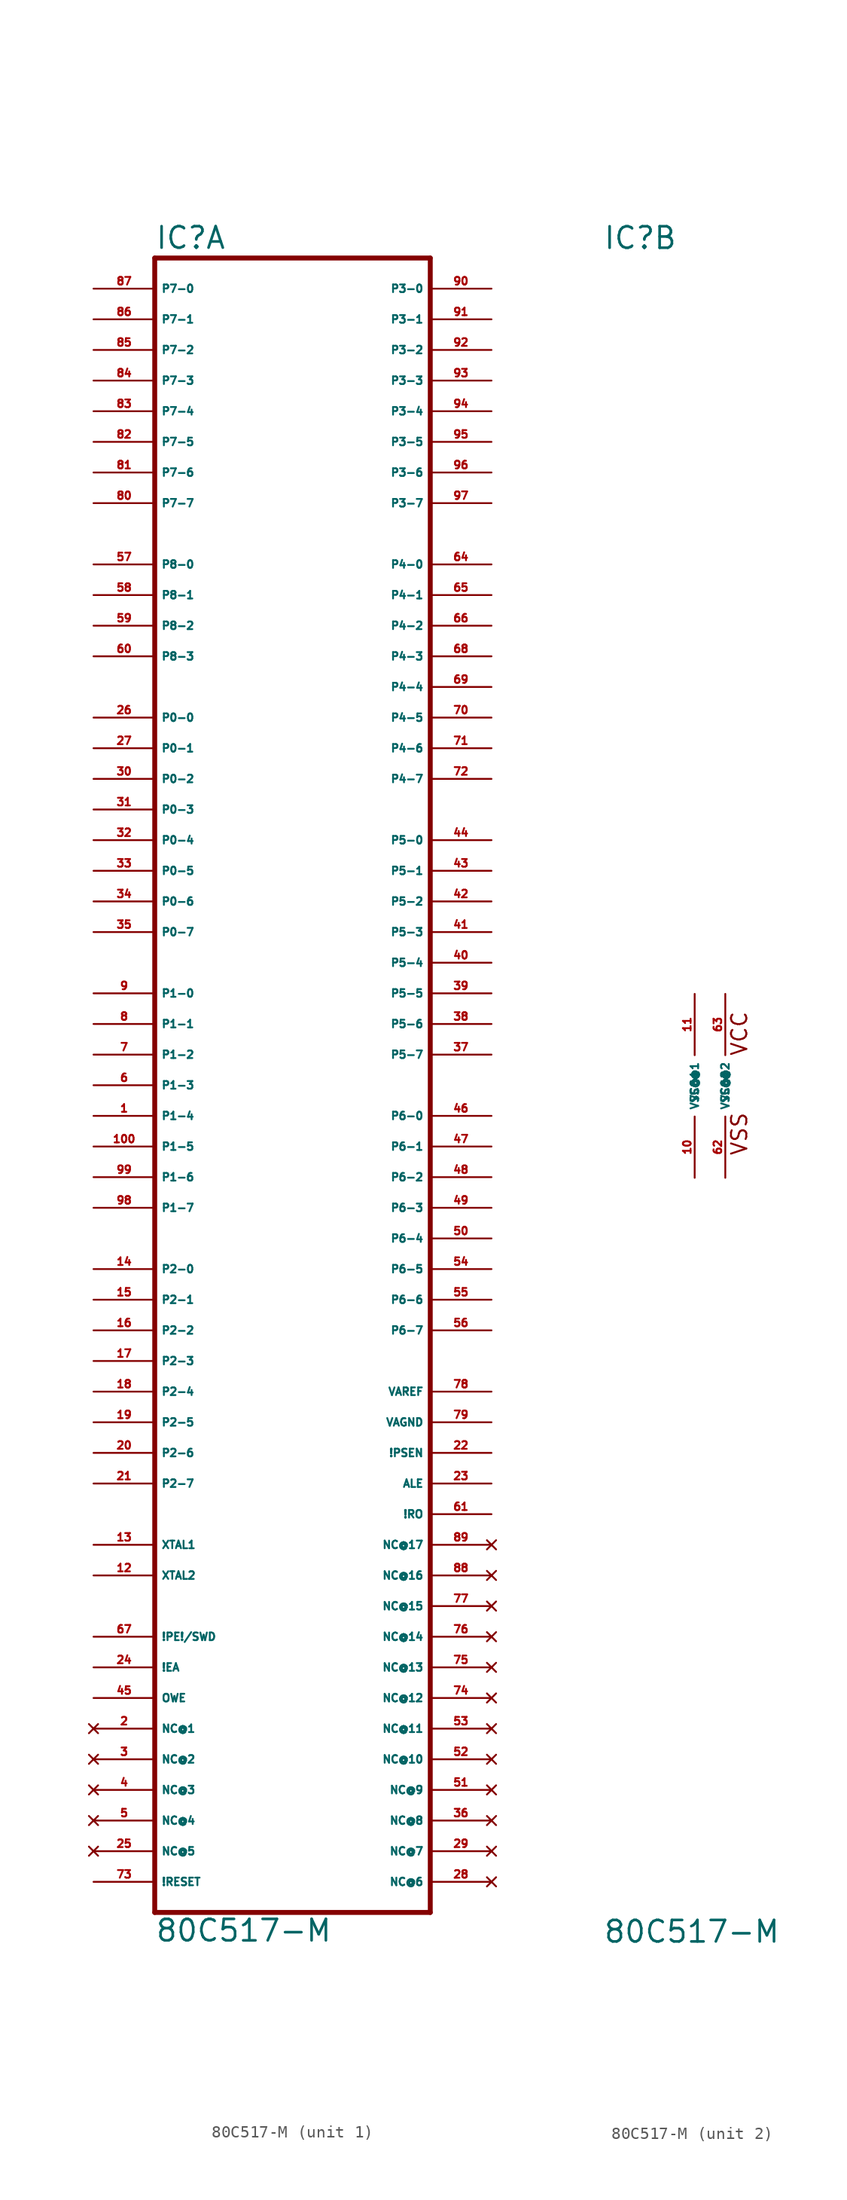
<source format=kicad_sym>
(kicad_symbol_lib
  (version 20220914)
  (generator Eagle2Kicad)
  (symbol "80C517-M"
    (property "Reference" "IC"
      (at -10.16 69.215 0)
      (effects (font (size 1.778 1.778) (thickness 0.22)) (justify left bottom)))
    (property "Value" "80C517-M"
      (at -10.16 -71.12 0)
      (effects (font (size 1.778 1.778) (thickness 0.22)) (justify left bottom)))
    (symbol "80C517-M_1_0"
      (polyline (pts (xy -10.16 -68.58) (xy 12.7 -68.58)) (stroke (width 0.406) (type default)) (fill (type none)))
      (polyline (pts (xy 12.7 -68.58) (xy 12.7 68.58)) (stroke (width 0.406) (type default)) (fill (type none)))
      (polyline (pts (xy 12.7 68.58) (xy -10.16 68.58)) (stroke (width 0.406) (type default)) (fill (type none)))
      (polyline (pts (xy -10.16 68.58) (xy -10.16 -68.58)) (stroke (width 0.406) (type default)) (fill (type none)))
      (pin input line (at -15.24 66.04 0) (length 5.08) (name "P7-0" (effects (font (size 0.635 0.635) (thickness 0.08)) (justify left bottom))) (number "87" (effects (font (size 0.635 0.635) (thickness 0.08)) (justify left bottom))))
      (pin input line (at -15.24 63.5 0) (length 5.08) (name "P7-1" (effects (font (size 0.635 0.635) (thickness 0.08)) (justify left bottom))) (number "86" (effects (font (size 0.635 0.635) (thickness 0.08)) (justify left bottom))))
      (pin input line (at -15.24 60.96 0) (length 5.08) (name "P7-2" (effects (font (size 0.635 0.635) (thickness 0.08)) (justify left bottom))) (number "85" (effects (font (size 0.635 0.635) (thickness 0.08)) (justify left bottom))))
      (pin input line (at -15.24 58.42 0) (length 5.08) (name "P7-3" (effects (font (size 0.635 0.635) (thickness 0.08)) (justify left bottom))) (number "84" (effects (font (size 0.635 0.635) (thickness 0.08)) (justify left bottom))))
      (pin input line (at -15.24 55.88 0) (length 5.08) (name "P7-4" (effects (font (size 0.635 0.635) (thickness 0.08)) (justify left bottom))) (number "83" (effects (font (size 0.635 0.635) (thickness 0.08)) (justify left bottom))))
      (pin input line (at -15.24 53.34 0) (length 5.08) (name "P7-5" (effects (font (size 0.635 0.635) (thickness 0.08)) (justify left bottom))) (number "82" (effects (font (size 0.635 0.635) (thickness 0.08)) (justify left bottom))))
      (pin input line (at -15.24 50.8 0) (length 5.08) (name "P7-6" (effects (font (size 0.635 0.635) (thickness 0.08)) (justify left bottom))) (number "81" (effects (font (size 0.635 0.635) (thickness 0.08)) (justify left bottom))))
      (pin input line (at -15.24 48.26 0) (length 5.08) (name "P7-7" (effects (font (size 0.635 0.635) (thickness 0.08)) (justify left bottom))) (number "80" (effects (font (size 0.635 0.635) (thickness 0.08)) (justify left bottom))))
      (pin bidirectional line (at -15.24 7.62 0) (length 5.08) (name "P1-0" (effects (font (size 0.635 0.635) (thickness 0.08)) (justify left bottom))) (number "9" (effects (font (size 0.635 0.635) (thickness 0.08)) (justify left bottom))))
      (pin bidirectional line (at -15.24 2.54 0) (length 5.08) (name "P1-2" (effects (font (size 0.635 0.635) (thickness 0.08)) (justify left bottom))) (number "7" (effects (font (size 0.635 0.635) (thickness 0.08)) (justify left bottom))))
      (pin bidirectional line (at -15.24 0 0) (length 5.08) (name "P1-3" (effects (font (size 0.635 0.635) (thickness 0.08)) (justify left bottom))) (number "6" (effects (font (size 0.635 0.635) (thickness 0.08)) (justify left bottom))))
      (pin bidirectional line (at -15.24 -2.54 0) (length 5.08) (name "P1-4" (effects (font (size 0.635 0.635) (thickness 0.08)) (justify left bottom))) (number "1" (effects (font (size 0.635 0.635) (thickness 0.08)) (justify left bottom))))
      (pin bidirectional line (at -15.24 -5.08 0) (length 5.08) (name "P1-5" (effects (font (size 0.635 0.635) (thickness 0.08)) (justify left bottom))) (number "100" (effects (font (size 0.635 0.635) (thickness 0.08)) (justify left bottom))))
      (pin bidirectional line (at -15.24 -7.62 0) (length 5.08) (name "P1-6" (effects (font (size 0.635 0.635) (thickness 0.08)) (justify left bottom))) (number "99" (effects (font (size 0.635 0.635) (thickness 0.08)) (justify left bottom))))
      (pin bidirectional line (at -15.24 -10.16 0) (length 5.08) (name "P1-7" (effects (font (size 0.635 0.635) (thickness 0.08)) (justify left bottom))) (number "98" (effects (font (size 0.635 0.635) (thickness 0.08)) (justify left bottom))))
      (pin bidirectional line (at -15.24 -15.24 0) (length 5.08) (name "P2-0" (effects (font (size 0.635 0.635) (thickness 0.08)) (justify left bottom))) (number "14" (effects (font (size 0.635 0.635) (thickness 0.08)) (justify left bottom))))
      (pin bidirectional line (at -15.24 -17.78 0) (length 5.08) (name "P2-1" (effects (font (size 0.635 0.635) (thickness 0.08)) (justify left bottom))) (number "15" (effects (font (size 0.635 0.635) (thickness 0.08)) (justify left bottom))))
      (pin bidirectional line (at -15.24 -20.32 0) (length 5.08) (name "P2-2" (effects (font (size 0.635 0.635) (thickness 0.08)) (justify left bottom))) (number "16" (effects (font (size 0.635 0.635) (thickness 0.08)) (justify left bottom))))
      (pin bidirectional line (at -15.24 -22.86 0) (length 5.08) (name "P2-3" (effects (font (size 0.635 0.635) (thickness 0.08)) (justify left bottom))) (number "17" (effects (font (size 0.635 0.635) (thickness 0.08)) (justify left bottom))))
      (pin bidirectional line (at -15.24 -25.4 0) (length 5.08) (name "P2-4" (effects (font (size 0.635 0.635) (thickness 0.08)) (justify left bottom))) (number "18" (effects (font (size 0.635 0.635) (thickness 0.08)) (justify left bottom))))
      (pin bidirectional line (at -15.24 -27.94 0) (length 5.08) (name "P2-5" (effects (font (size 0.635 0.635) (thickness 0.08)) (justify left bottom))) (number "19" (effects (font (size 0.635 0.635) (thickness 0.08)) (justify left bottom))))
      (pin bidirectional line (at -15.24 -30.48 0) (length 5.08) (name "P2-6" (effects (font (size 0.635 0.635) (thickness 0.08)) (justify left bottom))) (number "20" (effects (font (size 0.635 0.635) (thickness 0.08)) (justify left bottom))))
      (pin bidirectional line (at -15.24 -33.02 0) (length 5.08) (name "P2-7" (effects (font (size 0.635 0.635) (thickness 0.08)) (justify left bottom))) (number "21" (effects (font (size 0.635 0.635) (thickness 0.08)) (justify left bottom))))
      (pin bidirectional line (at 17.78 66.04 180) (length 5.08) (name "P3-0" (effects (font (size 0.635 0.635) (thickness 0.08)) (justify left bottom))) (number "90" (effects (font (size 0.635 0.635) (thickness 0.08)) (justify left bottom))))
      (pin bidirectional line (at 17.78 63.5 180) (length 5.08) (name "P3-1" (effects (font (size 0.635 0.635) (thickness 0.08)) (justify left bottom))) (number "91" (effects (font (size 0.635 0.635) (thickness 0.08)) (justify left bottom))))
      (pin bidirectional line (at 17.78 60.96 180) (length 5.08) (name "P3-2" (effects (font (size 0.635 0.635) (thickness 0.08)) (justify left bottom))) (number "92" (effects (font (size 0.635 0.635) (thickness 0.08)) (justify left bottom))))
      (pin bidirectional line (at 17.78 58.42 180) (length 5.08) (name "P3-3" (effects (font (size 0.635 0.635) (thickness 0.08)) (justify left bottom))) (number "93" (effects (font (size 0.635 0.635) (thickness 0.08)) (justify left bottom))))
      (pin bidirectional line (at 17.78 55.88 180) (length 5.08) (name "P3-4" (effects (font (size 0.635 0.635) (thickness 0.08)) (justify left bottom))) (number "94" (effects (font (size 0.635 0.635) (thickness 0.08)) (justify left bottom))))
      (pin bidirectional line (at 17.78 53.34 180) (length 5.08) (name "P3-5" (effects (font (size 0.635 0.635) (thickness 0.08)) (justify left bottom))) (number "95" (effects (font (size 0.635 0.635) (thickness 0.08)) (justify left bottom))))
      (pin bidirectional line (at 17.78 50.8 180) (length 5.08) (name "P3-6" (effects (font (size 0.635 0.635) (thickness 0.08)) (justify left bottom))) (number "96" (effects (font (size 0.635 0.635) (thickness 0.08)) (justify left bottom))))
      (pin bidirectional line (at 17.78 48.26 180) (length 5.08) (name "P3-7" (effects (font (size 0.635 0.635) (thickness 0.08)) (justify left bottom))) (number "97" (effects (font (size 0.635 0.635) (thickness 0.08)) (justify left bottom))))
      (pin bidirectional line (at -15.24 5.08 0) (length 5.08) (name "P1-1" (effects (font (size 0.635 0.635) (thickness 0.08)) (justify left bottom))) (number "8" (effects (font (size 0.635 0.635) (thickness 0.08)) (justify left bottom))))
      (pin bidirectional line (at 17.78 43.18 180) (length 5.08) (name "P4-0" (effects (font (size 0.635 0.635) (thickness 0.08)) (justify left bottom))) (number "64" (effects (font (size 0.635 0.635) (thickness 0.08)) (justify left bottom))))
      (pin bidirectional line (at 17.78 40.64 180) (length 5.08) (name "P4-1" (effects (font (size 0.635 0.635) (thickness 0.08)) (justify left bottom))) (number "65" (effects (font (size 0.635 0.635) (thickness 0.08)) (justify left bottom))))
      (pin bidirectional line (at 17.78 38.1 180) (length 5.08) (name "P4-2" (effects (font (size 0.635 0.635) (thickness 0.08)) (justify left bottom))) (number "66" (effects (font (size 0.635 0.635) (thickness 0.08)) (justify left bottom))))
      (pin bidirectional line (at 17.78 35.56 180) (length 5.08) (name "P4-3" (effects (font (size 0.635 0.635) (thickness 0.08)) (justify left bottom))) (number "68" (effects (font (size 0.635 0.635) (thickness 0.08)) (justify left bottom))))
      (pin bidirectional line (at 17.78 33.02 180) (length 5.08) (name "P4-4" (effects (font (size 0.635 0.635) (thickness 0.08)) (justify left bottom))) (number "69" (effects (font (size 0.635 0.635) (thickness 0.08)) (justify left bottom))))
      (pin bidirectional line (at 17.78 30.48 180) (length 5.08) (name "P4-5" (effects (font (size 0.635 0.635) (thickness 0.08)) (justify left bottom))) (number "70" (effects (font (size 0.635 0.635) (thickness 0.08)) (justify left bottom))))
      (pin bidirectional line (at 17.78 27.94 180) (length 5.08) (name "P4-6" (effects (font (size 0.635 0.635) (thickness 0.08)) (justify left bottom))) (number "71" (effects (font (size 0.635 0.635) (thickness 0.08)) (justify left bottom))))
      (pin bidirectional line (at 17.78 25.4 180) (length 5.08) (name "P4-7" (effects (font (size 0.635 0.635) (thickness 0.08)) (justify left bottom))) (number "72" (effects (font (size 0.635 0.635) (thickness 0.08)) (justify left bottom))))
      (pin bidirectional line (at -15.24 30.48 0) (length 5.08) (name "P0-0" (effects (font (size 0.635 0.635) (thickness 0.08)) (justify left bottom))) (number "26" (effects (font (size 0.635 0.635) (thickness 0.08)) (justify left bottom))))
      (pin bidirectional line (at -15.24 27.94 0) (length 5.08) (name "P0-1" (effects (font (size 0.635 0.635) (thickness 0.08)) (justify left bottom))) (number "27" (effects (font (size 0.635 0.635) (thickness 0.08)) (justify left bottom))))
      (pin bidirectional line (at -15.24 25.4 0) (length 5.08) (name "P0-2" (effects (font (size 0.635 0.635) (thickness 0.08)) (justify left bottom))) (number "30" (effects (font (size 0.635 0.635) (thickness 0.08)) (justify left bottom))))
      (pin bidirectional line (at -15.24 22.86 0) (length 5.08) (name "P0-3" (effects (font (size 0.635 0.635) (thickness 0.08)) (justify left bottom))) (number "31" (effects (font (size 0.635 0.635) (thickness 0.08)) (justify left bottom))))
      (pin bidirectional line (at -15.24 20.32 0) (length 5.08) (name "P0-4" (effects (font (size 0.635 0.635) (thickness 0.08)) (justify left bottom))) (number "32" (effects (font (size 0.635 0.635) (thickness 0.08)) (justify left bottom))))
      (pin bidirectional line (at -15.24 17.78 0) (length 5.08) (name "P0-5" (effects (font (size 0.635 0.635) (thickness 0.08)) (justify left bottom))) (number "33" (effects (font (size 0.635 0.635) (thickness 0.08)) (justify left bottom))))
      (pin bidirectional line (at -15.24 15.24 0) (length 5.08) (name "P0-6" (effects (font (size 0.635 0.635) (thickness 0.08)) (justify left bottom))) (number "34" (effects (font (size 0.635 0.635) (thickness 0.08)) (justify left bottom))))
      (pin bidirectional line (at -15.24 12.7 0) (length 5.08) (name "P0-7" (effects (font (size 0.635 0.635) (thickness 0.08)) (justify left bottom))) (number "35" (effects (font (size 0.635 0.635) (thickness 0.08)) (justify left bottom))))
      (pin bidirectional line (at 17.78 20.32 180) (length 5.08) (name "P5-0" (effects (font (size 0.635 0.635) (thickness 0.08)) (justify left bottom))) (number "44" (effects (font (size 0.635 0.635) (thickness 0.08)) (justify left bottom))))
      (pin bidirectional line (at 17.78 17.78 180) (length 5.08) (name "P5-1" (effects (font (size 0.635 0.635) (thickness 0.08)) (justify left bottom))) (number "43" (effects (font (size 0.635 0.635) (thickness 0.08)) (justify left bottom))))
      (pin bidirectional line (at 17.78 15.24 180) (length 5.08) (name "P5-2" (effects (font (size 0.635 0.635) (thickness 0.08)) (justify left bottom))) (number "42" (effects (font (size 0.635 0.635) (thickness 0.08)) (justify left bottom))))
      (pin bidirectional line (at 17.78 12.7 180) (length 5.08) (name "P5-3" (effects (font (size 0.635 0.635) (thickness 0.08)) (justify left bottom))) (number "41" (effects (font (size 0.635 0.635) (thickness 0.08)) (justify left bottom))))
      (pin bidirectional line (at 17.78 10.16 180) (length 5.08) (name "P5-4" (effects (font (size 0.635 0.635) (thickness 0.08)) (justify left bottom))) (number "40" (effects (font (size 0.635 0.635) (thickness 0.08)) (justify left bottom))))
      (pin bidirectional line (at 17.78 7.62 180) (length 5.08) (name "P5-5" (effects (font (size 0.635 0.635) (thickness 0.08)) (justify left bottom))) (number "39" (effects (font (size 0.635 0.635) (thickness 0.08)) (justify left bottom))))
      (pin bidirectional line (at 17.78 5.08 180) (length 5.08) (name "P5-6" (effects (font (size 0.635 0.635) (thickness 0.08)) (justify left bottom))) (number "38" (effects (font (size 0.635 0.635) (thickness 0.08)) (justify left bottom))))
      (pin bidirectional line (at 17.78 2.54 180) (length 5.08) (name "P5-7" (effects (font (size 0.635 0.635) (thickness 0.08)) (justify left bottom))) (number "37" (effects (font (size 0.635 0.635) (thickness 0.08)) (justify left bottom))))
      (pin bidirectional line (at 17.78 -2.54 180) (length 5.08) (name "P6-0" (effects (font (size 0.635 0.635) (thickness 0.08)) (justify left bottom))) (number "46" (effects (font (size 0.635 0.635) (thickness 0.08)) (justify left bottom))))
      (pin bidirectional line (at 17.78 -5.08 180) (length 5.08) (name "P6-1" (effects (font (size 0.635 0.635) (thickness 0.08)) (justify left bottom))) (number "47" (effects (font (size 0.635 0.635) (thickness 0.08)) (justify left bottom))))
      (pin bidirectional line (at 17.78 -7.62 180) (length 5.08) (name "P6-2" (effects (font (size 0.635 0.635) (thickness 0.08)) (justify left bottom))) (number "48" (effects (font (size 0.635 0.635) (thickness 0.08)) (justify left bottom))))
      (pin bidirectional line (at 17.78 -10.16 180) (length 5.08) (name "P6-3" (effects (font (size 0.635 0.635) (thickness 0.08)) (justify left bottom))) (number "49" (effects (font (size 0.635 0.635) (thickness 0.08)) (justify left bottom))))
      (pin bidirectional line (at 17.78 -12.7 180) (length 5.08) (name "P6-4" (effects (font (size 0.635 0.635) (thickness 0.08)) (justify left bottom))) (number "50" (effects (font (size 0.635 0.635) (thickness 0.08)) (justify left bottom))))
      (pin bidirectional line (at 17.78 -15.24 180) (length 5.08) (name "P6-5" (effects (font (size 0.635 0.635) (thickness 0.08)) (justify left bottom))) (number "54" (effects (font (size 0.635 0.635) (thickness 0.08)) (justify left bottom))))
      (pin bidirectional line (at 17.78 -17.78 180) (length 5.08) (name "P6-6" (effects (font (size 0.635 0.635) (thickness 0.08)) (justify left bottom))) (number "55" (effects (font (size 0.635 0.635) (thickness 0.08)) (justify left bottom))))
      (pin bidirectional line (at 17.78 -20.32 180) (length 5.08) (name "P6-7" (effects (font (size 0.635 0.635) (thickness 0.08)) (justify left bottom))) (number "56" (effects (font (size 0.635 0.635) (thickness 0.08)) (justify left bottom))))
      (pin input line (at -15.24 43.18 0) (length 5.08) (name "P8-0" (effects (font (size 0.635 0.635) (thickness 0.08)) (justify left bottom))) (number "57" (effects (font (size 0.635 0.635) (thickness 0.08)) (justify left bottom))))
      (pin input line (at -15.24 40.64 0) (length 5.08) (name "P8-1" (effects (font (size 0.635 0.635) (thickness 0.08)) (justify left bottom))) (number "58" (effects (font (size 0.635 0.635) (thickness 0.08)) (justify left bottom))))
      (pin input line (at -15.24 38.1 0) (length 5.08) (name "P8-2" (effects (font (size 0.635 0.635) (thickness 0.08)) (justify left bottom))) (number "59" (effects (font (size 0.635 0.635) (thickness 0.08)) (justify left bottom))))
      (pin input line (at -15.24 35.56 0) (length 5.08) (name "P8-3" (effects (font (size 0.635 0.635) (thickness 0.08)) (justify left bottom))) (number "60" (effects (font (size 0.635 0.635) (thickness 0.08)) (justify left bottom))))
      (pin input line (at -15.24 -45.72 0) (length 5.08) (name "!PE!/SWD" (effects (font (size 0.635 0.635) (thickness 0.08)) (justify left bottom))) (number "67" (effects (font (size 0.635 0.635) (thickness 0.08)) (justify left bottom))))
      (pin input line (at -15.24 -66.04 0) (length 5.08) (name "!RESET" (effects (font (size 0.635 0.635) (thickness 0.08)) (justify left bottom))) (number "73" (effects (font (size 0.635 0.635) (thickness 0.08)) (justify left bottom))))
      (pin passive line (at 17.78 -25.4 180) (length 5.08) (name "VAREF" (effects (font (size 0.635 0.635) (thickness 0.08)) (justify left bottom))) (number "78" (effects (font (size 0.635 0.635) (thickness 0.08)) (justify left bottom))))
      (pin passive line (at 17.78 -27.94 180) (length 5.08) (name "VAGND" (effects (font (size 0.635 0.635) (thickness 0.08)) (justify left bottom))) (number "79" (effects (font (size 0.635 0.635) (thickness 0.08)) (justify left bottom))))
      (pin passive line (at -15.24 -38.1 0) (length 5.08) (name "XTAL1" (effects (font (size 0.635 0.635) (thickness 0.08)) (justify left bottom))) (number "13" (effects (font (size 0.635 0.635) (thickness 0.08)) (justify left bottom))))
      (pin passive line (at -15.24 -40.64 0) (length 5.08) (name "XTAL2" (effects (font (size 0.635 0.635) (thickness 0.08)) (justify left bottom))) (number "12" (effects (font (size 0.635 0.635) (thickness 0.08)) (justify left bottom))))
      (pin output line (at 17.78 -30.48 180) (length 5.08) (name "!PSEN" (effects (font (size 0.635 0.635) (thickness 0.08)) (justify left bottom))) (number "22" (effects (font (size 0.635 0.635) (thickness 0.08)) (justify left bottom))))
      (pin output line (at 17.78 -33.02 180) (length 5.08) (name "ALE" (effects (font (size 0.635 0.635) (thickness 0.08)) (justify left bottom))) (number "23" (effects (font (size 0.635 0.635) (thickness 0.08)) (justify left bottom))))
      (pin input line (at -15.24 -48.26 0) (length 5.08) (name "!EA" (effects (font (size 0.635 0.635) (thickness 0.08)) (justify left bottom))) (number "24" (effects (font (size 0.635 0.635) (thickness 0.08)) (justify left bottom))))
      (pin input line (at -15.24 -50.8 0) (length 5.08) (name "OWE" (effects (font (size 0.635 0.635) (thickness 0.08)) (justify left bottom))) (number "45" (effects (font (size 0.635 0.635) (thickness 0.08)) (justify left bottom))))
      (pin output line (at 17.78 -35.56 180) (length 5.08) (name "!RO" (effects (font (size 0.635 0.635) (thickness 0.08)) (justify left bottom))) (number "61" (effects (font (size 0.635 0.635) (thickness 0.08)) (justify left bottom))))
      (pin no_connect line (at 17.78 -38.1 180) (length 5.08) (name "NC@17" (effects (font (size 0.635 0.635) (thickness 0.08)) (justify left bottom) hide)) (number "89" (effects (font (size 0.635 0.635) (thickness 0.08)) (justify left bottom) hide)))
      (pin no_connect line (at 17.78 -40.64 180) (length 5.08) (name "NC@16" (effects (font (size 0.635 0.635) (thickness 0.08)) (justify left bottom) hide)) (number "88" (effects (font (size 0.635 0.635) (thickness 0.08)) (justify left bottom) hide)))
      (pin no_connect line (at 17.78 -43.18 180) (length 5.08) (name "NC@15" (effects (font (size 0.635 0.635) (thickness 0.08)) (justify left bottom) hide)) (number "77" (effects (font (size 0.635 0.635) (thickness 0.08)) (justify left bottom) hide)))
      (pin no_connect line (at 17.78 -45.72 180) (length 5.08) (name "NC@14" (effects (font (size 0.635 0.635) (thickness 0.08)) (justify left bottom) hide)) (number "76" (effects (font (size 0.635 0.635) (thickness 0.08)) (justify left bottom) hide)))
      (pin no_connect line (at 17.78 -48.26 180) (length 5.08) (name "NC@13" (effects (font (size 0.635 0.635) (thickness 0.08)) (justify left bottom) hide)) (number "75" (effects (font (size 0.635 0.635) (thickness 0.08)) (justify left bottom) hide)))
      (pin no_connect line (at 17.78 -50.8 180) (length 5.08) (name "NC@12" (effects (font (size 0.635 0.635) (thickness 0.08)) (justify left bottom) hide)) (number "74" (effects (font (size 0.635 0.635) (thickness 0.08)) (justify left bottom) hide)))
      (pin no_connect line (at 17.78 -53.34 180) (length 5.08) (name "NC@11" (effects (font (size 0.635 0.635) (thickness 0.08)) (justify left bottom) hide)) (number "53" (effects (font (size 0.635 0.635) (thickness 0.08)) (justify left bottom) hide)))
      (pin no_connect line (at 17.78 -55.88 180) (length 5.08) (name "NC@10" (effects (font (size 0.635 0.635) (thickness 0.08)) (justify left bottom) hide)) (number "52" (effects (font (size 0.635 0.635) (thickness 0.08)) (justify left bottom) hide)))
      (pin no_connect line (at 17.78 -58.42 180) (length 5.08) (name "NC@9" (effects (font (size 0.635 0.635) (thickness 0.08)) (justify left bottom) hide)) (number "51" (effects (font (size 0.635 0.635) (thickness 0.08)) (justify left bottom) hide)))
      (pin no_connect line (at 17.78 -60.96 180) (length 5.08) (name "NC@8" (effects (font (size 0.635 0.635) (thickness 0.08)) (justify left bottom) hide)) (number "36" (effects (font (size 0.635 0.635) (thickness 0.08)) (justify left bottom) hide)))
      (pin no_connect line (at -15.24 -53.34 0) (length 5.08) (name "NC@1" (effects (font (size 0.635 0.635) (thickness 0.08)) (justify left bottom) hide)) (number "2" (effects (font (size 0.635 0.635) (thickness 0.08)) (justify left bottom) hide)))
      (pin no_connect line (at -15.24 -55.88 0) (length 5.08) (name "NC@2" (effects (font (size 0.635 0.635) (thickness 0.08)) (justify left bottom) hide)) (number "3" (effects (font (size 0.635 0.635) (thickness 0.08)) (justify left bottom) hide)))
      (pin no_connect line (at -15.24 -58.42 0) (length 5.08) (name "NC@3" (effects (font (size 0.635 0.635) (thickness 0.08)) (justify left bottom) hide)) (number "4" (effects (font (size 0.635 0.635) (thickness 0.08)) (justify left bottom) hide)))
      (pin no_connect line (at -15.24 -60.96 0) (length 5.08) (name "NC@4" (effects (font (size 0.635 0.635) (thickness 0.08)) (justify left bottom) hide)) (number "5" (effects (font (size 0.635 0.635) (thickness 0.08)) (justify left bottom) hide)))
      (pin no_connect line (at -15.24 -63.5 0) (length 5.08) (name "NC@5" (effects (font (size 0.635 0.635) (thickness 0.08)) (justify left bottom) hide)) (number "25" (effects (font (size 0.635 0.635) (thickness 0.08)) (justify left bottom) hide)))
      (pin no_connect line (at 17.78 -63.5 180) (length 5.08) (name "NC@7" (effects (font (size 0.635 0.635) (thickness 0.08)) (justify left bottom) hide)) (number "29" (effects (font (size 0.635 0.635) (thickness 0.08)) (justify left bottom) hide)))
      (pin no_connect line (at 17.78 -66.04 180) (length 5.08) (name "NC@6" (effects (font (size 0.635 0.635) (thickness 0.08)) (justify left bottom) hide)) (number "28" (effects (font (size 0.635 0.635) (thickness 0.08)) (justify left bottom) hide))))
    (symbol "80C517-M_2_0"
      (text "VSS" (at 1.905 -5.842 900) (effects (font (size 1.27 1.27) (thickness 0.16)) (justify left bottom)))
      (text "VCC" (at 1.905 2.413 900) (effects (font (size 1.27 1.27) (thickness 0.16)) (justify left bottom)))
      (pin unspecified line (at -2.54 7.62 270) (length 5.08) (name "VCC@1" (effects (font (size 0.635 0.635) (thickness 0.08)) (justify left bottom))) (number "11" (effects (font (size 0.635 0.635) (thickness 0.08)) (justify left bottom))))
      (pin unspecified line (at -2.54 -7.62 90) (length 5.08) (name "VSS@1" (effects (font (size 0.635 0.635) (thickness 0.08)) (justify left bottom))) (number "10" (effects (font (size 0.635 0.635) (thickness 0.08)) (justify left bottom))))
      (pin unspecified line (at 0 -7.62 90) (length 5.08) (name "VSS@2" (effects (font (size 0.635 0.635) (thickness 0.08)) (justify left bottom))) (number "62" (effects (font (size 0.635 0.635) (thickness 0.08)) (justify left bottom))))
      (pin unspecified line (at 0 7.62 270) (length 5.08) (name "VCC@2" (effects (font (size 0.635 0.635) (thickness 0.08)) (justify left bottom))) (number "63" (effects (font (size 0.635 0.635) (thickness 0.08)) (justify left bottom)))))))
</source>
